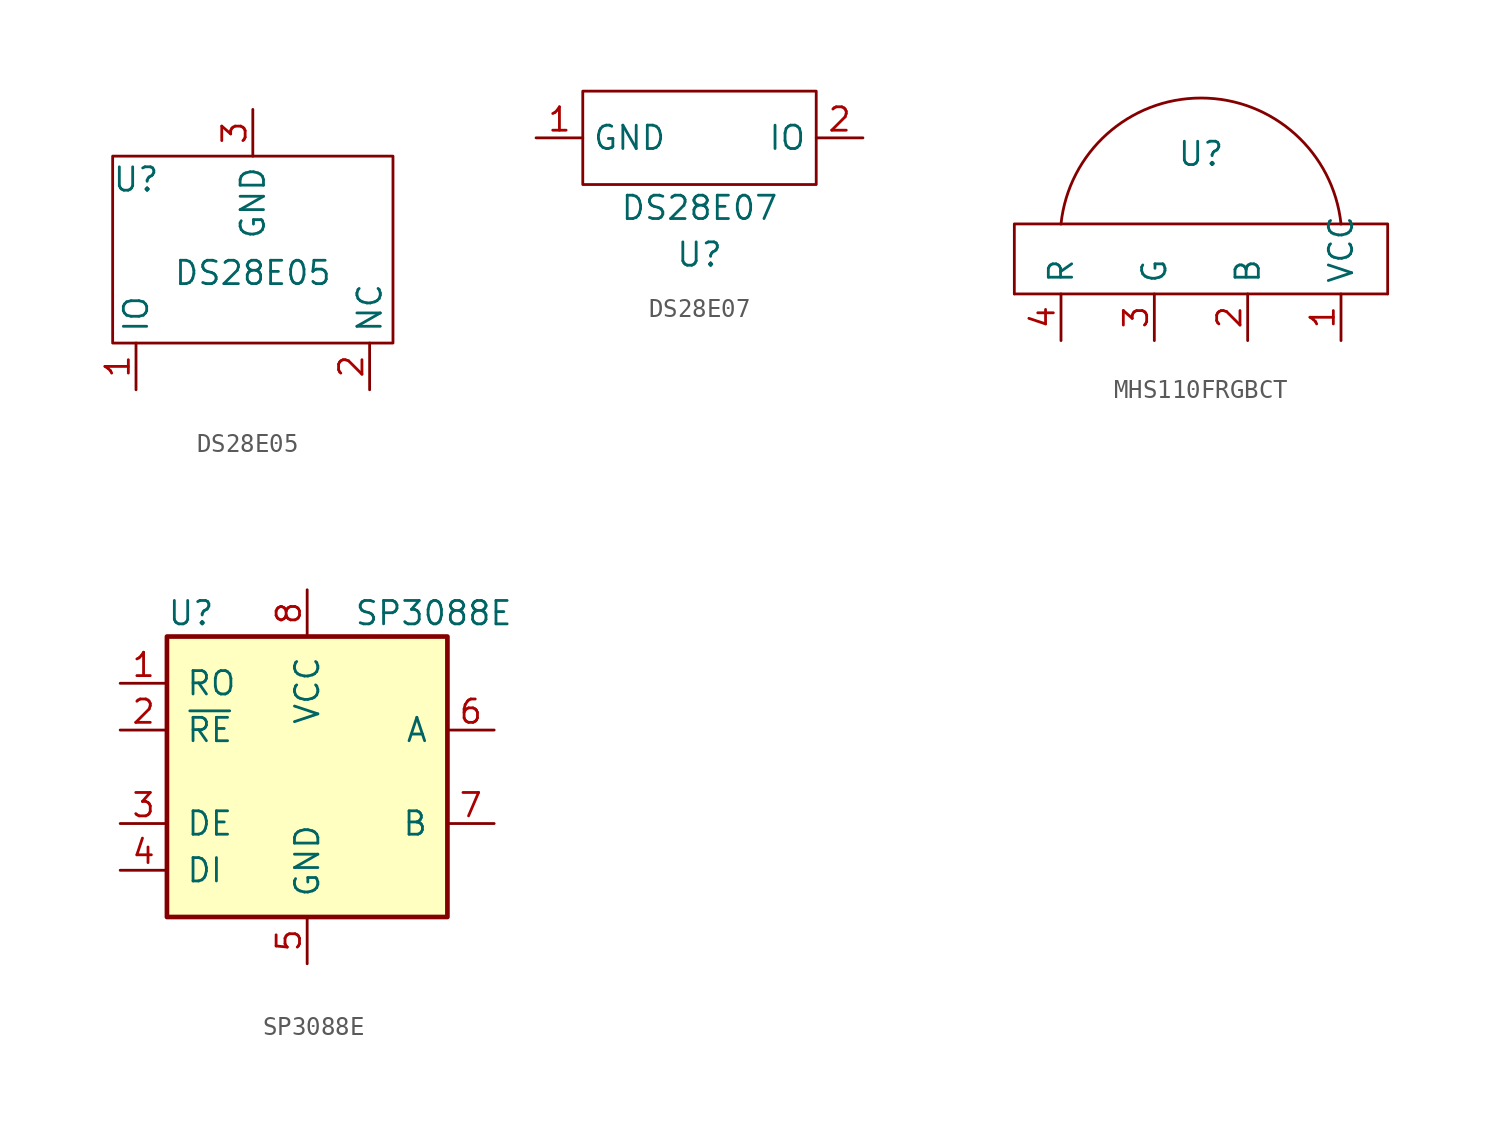
<source format=kicad_sym>
(kicad_symbol_lib
  (version 20220914)
  (generator kicad_symbol_editor)
  (symbol "DS28E05"
    (property "Reference" "U"
      (at -6.35 3.81 0)
      (effects (font (size 1.27 1.27))))
    (property "Value" "DS28E05"
      (at 0 -1.27 0)
      (effects (font (size 1.27 1.27))))
    (symbol "DS28E05_0_1"
      (rectangle (start -7.62 5.08) (end 7.62 -5.08) (stroke (width 0) (type default)) (fill (type none))))
    (symbol "DS28E05_1_1"
      (pin passive line (at -6.35 -7.62 90) (length 2.54) (name "IO" (effects (font (size 1.27 1.27)))) (number "1" (effects (font (size 1.27 1.27)))))
      (pin passive line (at 6.35 -7.62 90) (length 2.54) (name "NC" (effects (font (size 1.27 1.27)))) (number "2" (effects (font (size 1.27 1.27)))))
      (pin passive line (at 0 7.62 270) (length 2.54) (name "GND" (effects (font (size 1.27 1.27)))) (number "3" (effects (font (size 1.27 1.27)))))))
  (symbol "DS28E07"
    (property "Reference" "U"
      (at 0 -3.81 0)
      (effects (font (size 1.27 1.27))))
    (property "Value" "DS28E07"
      (at 0 -1.27 0)
      (effects (font (size 1.27 1.27))))
    (symbol "DS28E07_0_1"
      (rectangle (start -6.35 5.08) (end 6.35 0) (stroke (width 0) (type default)) (fill (type none))))
    (symbol "DS28E07_1_1"
      (pin unspecified line (at -8.89 2.54 0) (length 2.54) (name "GND" (effects (font (size 1.27 1.27)))) (number "1" (effects (font (size 1.27 1.27)))))
      (pin unspecified line (at 8.89 2.54 180) (length 2.54) (name "IO" (effects (font (size 1.27 1.27)))) (number "2" (effects (font (size 1.27 1.27)))))))
  (symbol "MHS110FRGBCT"
    (property "Reference" "U"
      (at 0 7.62 0)
      (effects (font (size 1.27 1.27))))
    (property "Value" ""
      (at 0 0 0)
      (effects (font (size 1.27 1.27))))
    (symbol "MHS110FRGBCT_0_1"
      (polyline (pts (xy 7.62 3.81) (xy -7.62 3.81)) (stroke (width 0) (type default)) (fill (type none)))
      (polyline (pts (xy 10.16 0) (xy -10.16 0)) (stroke (width 0) (type default)) (fill (type none)))
      (polyline (pts (xy -7.62 3.81) (xy -10.16 3.81) (xy -10.16 0)) (stroke (width 0) (type default)) (fill (type none)))
      (polyline (pts (xy 10.16 0) (xy 10.16 3.81) (xy 7.62 3.81)) (stroke (width 0) (type default)) (fill (type none)))
      (arc (start 7.62 3.81) (mid 0 10.6615) (end -7.62 3.81) (stroke (width 0) (type default)) (fill (type none))))
    (symbol "MHS110FRGBCT_1_1"
      (pin unspecified line (at 7.62 -2.54 90) (length 2.54) (name "VCC" (effects (font (size 1.27 1.27)))) (number "1" (effects (font (size 1.27 1.27)))))
      (pin unspecified line (at 2.54 -2.54 90) (length 2.54) (name "B" (effects (font (size 1.27 1.27)))) (number "2" (effects (font (size 1.27 1.27)))))
      (pin unspecified line (at -2.54 -2.54 90) (length 2.54) (name "G" (effects (font (size 1.27 1.27)))) (number "3" (effects (font (size 1.27 1.27)))))
      (pin unspecified line (at -7.62 -2.54 90) (length 2.54) (name "R" (effects (font (size 1.27 1.27)))) (number "4" (effects (font (size 1.27 1.27)))))))
  (symbol "SP3088E"
    (pin_names
      (offset 1.016))
    (property "Reference" "U"
      (at -7.62 8.89 0)
      (effects (font (size 1.27 1.27)) (justify left)))
    (property "Value" "SP3088E"
      (at 2.54 8.89 0)
      (effects (font (size 1.27 1.27)) (justify left)))
    (symbol "SP3088E_0_1"
      (rectangle (start -7.62 7.62) (end 7.62 -7.62) (stroke (width 0.254) (type default)) (fill (type background))))
    (symbol "SP3088E_1_1"
      (pin output line (at -10.16 5.08 0) (length 2.54) (name "RO" (effects (font (size 1.27 1.27)))) (number "1" (effects (font (size 1.27 1.27)))))
      (pin input line (at -10.16 2.54 0) (length 2.54) (name "~{RE}" (effects (font (size 1.27 1.27)))) (number "2" (effects (font (size 1.27 1.27)))))
      (pin input line (at -10.16 -2.54 0) (length 2.54) (name "DE" (effects (font (size 1.27 1.27)))) (number "3" (effects (font (size 1.27 1.27)))))
      (pin input line (at -10.16 -5.08 0) (length 2.54) (name "DI" (effects (font (size 1.27 1.27)))) (number "4" (effects (font (size 1.27 1.27)))))
      (pin power_in line (at 0 -10.16 90) (length 2.54) (name "GND" (effects (font (size 1.27 1.27)))) (number "5" (effects (font (size 1.27 1.27)))))
      (pin bidirectional line (at 10.16 2.54 180) (length 2.54) (name "A" (effects (font (size 1.27 1.27)))) (number "6" (effects (font (size 1.27 1.27)))))
      (pin bidirectional line (at 10.16 -2.54 180) (length 2.54) (name "B" (effects (font (size 1.27 1.27)))) (number "7" (effects (font (size 1.27 1.27)))))
      (pin power_in line (at 0 10.16 270) (length 2.54) (name "VCC" (effects (font (size 1.27 1.27)))) (number "8" (effects (font (size 1.27 1.27))))))))
</source>
